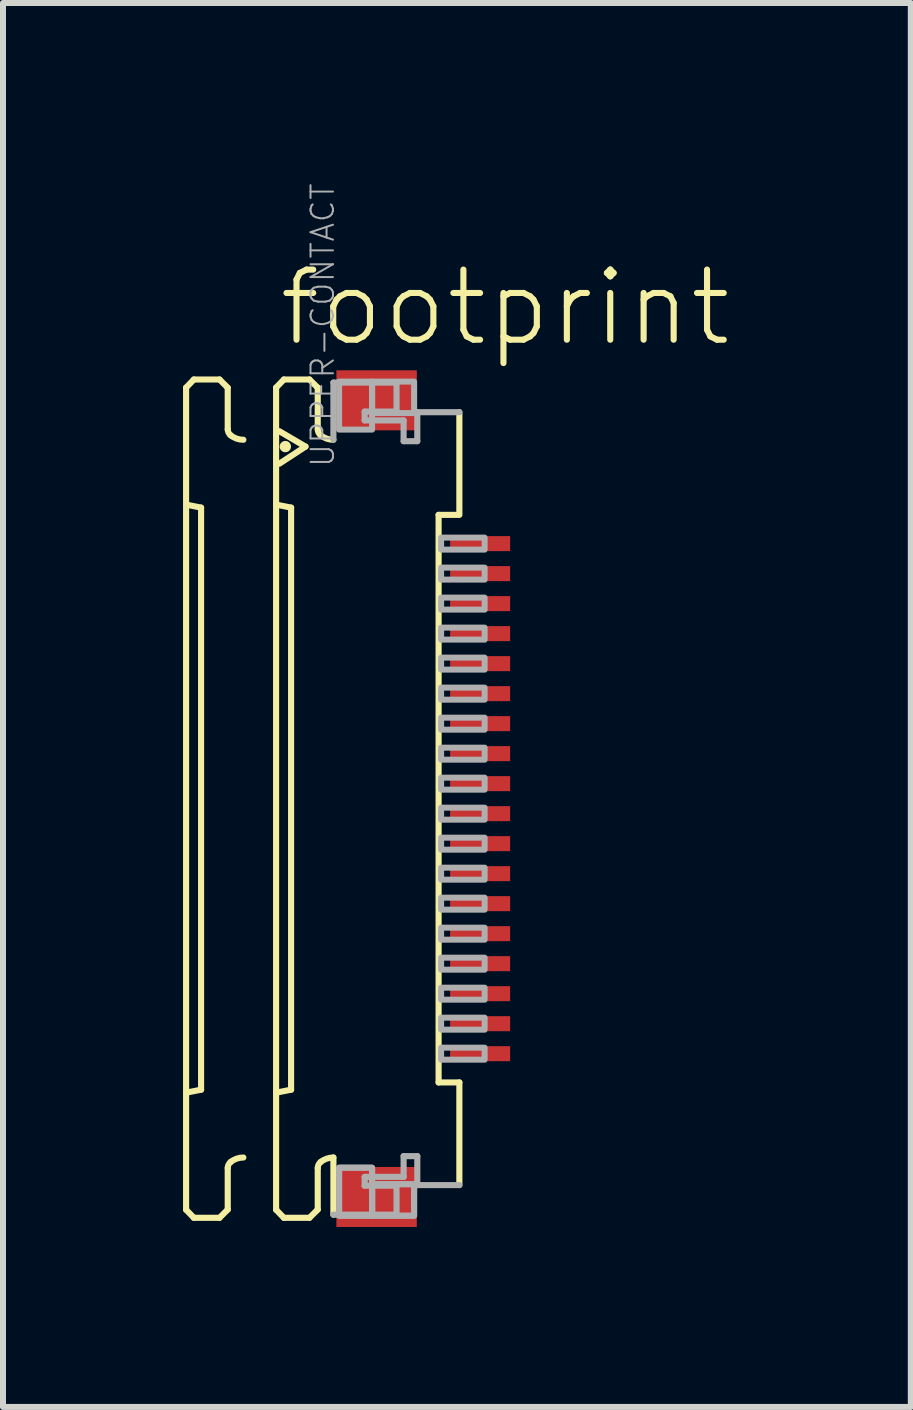
<source format=kicad_pcb>
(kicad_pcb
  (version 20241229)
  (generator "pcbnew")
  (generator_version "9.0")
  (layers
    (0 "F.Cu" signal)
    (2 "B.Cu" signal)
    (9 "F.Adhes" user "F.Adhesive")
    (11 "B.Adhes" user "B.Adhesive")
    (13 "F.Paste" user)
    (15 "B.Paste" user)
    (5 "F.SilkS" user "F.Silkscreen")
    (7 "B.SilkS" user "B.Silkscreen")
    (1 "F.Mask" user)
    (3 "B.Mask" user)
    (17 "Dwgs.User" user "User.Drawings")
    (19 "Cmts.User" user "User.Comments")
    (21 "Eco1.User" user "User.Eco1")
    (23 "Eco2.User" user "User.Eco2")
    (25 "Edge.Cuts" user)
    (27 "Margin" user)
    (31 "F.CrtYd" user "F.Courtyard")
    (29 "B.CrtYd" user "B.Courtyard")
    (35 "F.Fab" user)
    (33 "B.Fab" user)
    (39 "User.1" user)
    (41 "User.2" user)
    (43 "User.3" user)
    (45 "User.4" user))
  (footprint "footprint"
    (layer "F.Cu")
    (at 3.046 10.259)
    (property "Reference" "footprint" (at -1.5 -7.5 0) (layer "F.SilkS") (effects (font (size 1.168 1.168) (thickness 0.102)) (justify left bottom)))
    (fp_poly (pts (xy 1.355 -4.075) (xy 2.455 -4.075) (xy 2.455 -4.425) (xy 1.355 -4.425)) (stroke (width 0) (type solid)) (fill yes) (layer "F.Mask"))
    (fp_poly (pts (xy 1.355 -3.575) (xy 2.455 -3.575) (xy 2.455 -3.925) (xy 1.355 -3.925)) (stroke (width 0) (type solid)) (fill yes) (layer "F.Mask"))
    (fp_poly (pts (xy 1.355 -3.075) (xy 2.455 -3.075) (xy 2.455 -3.425) (xy 1.355 -3.425)) (stroke (width 0) (type solid)) (fill yes) (layer "F.Mask"))
    (fp_poly (pts (xy 1.355 -2.575) (xy 2.455 -2.575) (xy 2.455 -2.925) (xy 1.355 -2.925)) (stroke (width 0) (type solid)) (fill yes) (layer "F.Mask"))
    (fp_poly (pts (xy 1.355 -2.075) (xy 2.455 -2.075) (xy 2.455 -2.425) (xy 1.355 -2.425)) (stroke (width 0) (type solid)) (fill yes) (layer "F.Mask"))
    (fp_poly (pts (xy 1.355 -1.575) (xy 2.455 -1.575) (xy 2.455 -1.925) (xy 1.355 -1.925)) (stroke (width 0) (type solid)) (fill yes) (layer "F.Mask"))
    (fp_poly (pts (xy 1.355 -1.075) (xy 2.455 -1.075) (xy 2.455 -1.425) (xy 1.355 -1.425)) (stroke (width 0) (type solid)) (fill yes) (layer "F.Mask"))
    (fp_poly (pts (xy 1.355 -0.575) (xy 2.455 -0.575) (xy 2.455 -0.925) (xy 1.355 -0.925)) (stroke (width 0) (type solid)) (fill yes) (layer "F.Mask"))
    (fp_poly (pts (xy 1.355 -0.075) (xy 2.455 -0.075) (xy 2.455 -0.425) (xy 1.355 -0.425)) (stroke (width 0) (type solid)) (fill yes) (layer "F.Mask"))
    (fp_poly (pts (xy 1.355 0.425) (xy 2.455 0.425) (xy 2.455 0.075) (xy 1.355 0.075)) (stroke (width 0) (type solid)) (fill yes) (layer "F.Mask"))
    (fp_poly (pts (xy 1.355 0.925) (xy 2.455 0.925) (xy 2.455 0.575) (xy 1.355 0.575)) (stroke (width 0) (type solid)) (fill yes) (layer "F.Mask"))
    (fp_poly (pts (xy 1.355 1.425) (xy 2.455 1.425) (xy 2.455 1.075) (xy 1.355 1.075)) (stroke (width 0) (type solid)) (fill yes) (layer "F.Mask"))
    (fp_poly (pts (xy 1.355 1.925) (xy 2.455 1.925) (xy 2.455 1.575) (xy 1.355 1.575)) (stroke (width 0) (type solid)) (fill yes) (layer "F.Mask"))
    (fp_poly (pts (xy 1.355 2.425) (xy 2.455 2.425) (xy 2.455 2.075) (xy 1.355 2.075)) (stroke (width 0) (type solid)) (fill yes) (layer "F.Mask"))
    (fp_poly (pts (xy 1.355 2.925) (xy 2.455 2.925) (xy 2.455 2.575) (xy 1.355 2.575)) (stroke (width 0) (type solid)) (fill yes) (layer "F.Mask"))
    (fp_poly (pts (xy 1.355 3.425) (xy 2.455 3.425) (xy 2.455 3.075) (xy 1.355 3.075)) (stroke (width 0) (type solid)) (fill yes) (layer "F.Mask"))
    (fp_poly (pts (xy 1.355 3.925) (xy 2.455 3.925) (xy 2.455 3.575) (xy 1.355 3.575)) (stroke (width 0) (type solid)) (fill yes) (layer "F.Mask"))
    (fp_poly (pts (xy 1.355 4.425) (xy 2.455 4.425) (xy 2.455 4.075) (xy 1.355 4.075)) (stroke (width 0) (type solid)) (fill yes) (layer "F.Mask"))
    (fp_line (start -2.995 -6.85) (end -2.865 -6.985) (stroke (width 0.102) (type solid)) (layer "F.SilkS"))
    (fp_line (start -2.995 -4.9) (end -2.745 -4.85) (stroke (width 0.102) (type solid)) (layer "F.SilkS"))
    (fp_line (start -2.995 6.85) (end -2.995 -6.85) (stroke (width 0.102) (type solid)) (layer "F.SilkS"))
    (fp_line (start -2.995 6.85) (end -2.865 6.985) (stroke (width 0.102) (type solid)) (layer "F.SilkS"))
    (fp_line (start -2.865 -6.985) (end -2.438 -6.985) (stroke (width 0.102) (type solid)) (layer "F.SilkS"))
    (fp_line (start -2.865 6.985) (end -2.438 6.985) (stroke (width 0.102) (type solid)) (layer "F.SilkS"))
    (fp_line (start -2.745 4.85) (end -2.995 4.9) (stroke (width 0.102) (type solid)) (layer "F.SilkS"))
    (fp_line (start -2.745 4.85) (end -2.745 -4.85) (stroke (width 0.102) (type solid)) (layer "F.SilkS"))
    (fp_line (start -2.438 -6.985) (end -2.301 -6.848) (stroke (width 0.102) (type solid)) (layer "F.SilkS"))
    (fp_line (start -2.438 6.985) (end -2.301 6.848) (stroke (width 0.102) (type solid)) (layer "F.SilkS"))
    (fp_line (start -2.301 -6.848) (end -2.301 -6.156) (stroke (width 0.102) (type solid)) (layer "F.SilkS"))
    (fp_line (start -2.301 6.848) (end -2.301 6.156) (stroke (width 0.102) (type solid)) (layer "F.SilkS"))
    (fp_line (start -1.495 -6.85) (end -1.365 -6.985) (stroke (width 0.102) (type solid)) (layer "F.SilkS"))
    (fp_line (start -1.495 -4.9) (end -1.245 -4.85) (stroke (width 0.102) (type solid)) (layer "F.SilkS"))
    (fp_line (start -1.495 6.85) (end -1.495 -6.85) (stroke (width 0.102) (type solid)) (layer "F.SilkS"))
    (fp_line (start -1.495 6.85) (end -1.365 6.985) (stroke (width 0.102) (type solid)) (layer "F.SilkS"))
    (fp_line (start -1.441 -6.123) (end -1.005 -5.867) (stroke (width 0.102) (type solid)) (layer "F.SilkS"))
    (fp_line (start -1.365 -6.985) (end -0.939 -6.985) (stroke (width 0.102) (type solid)) (layer "F.SilkS"))
    (fp_line (start -1.365 6.985) (end -0.939 6.985) (stroke (width 0.102) (type solid)) (layer "F.SilkS"))
    (fp_line (start -1.245 4.85) (end -1.495 4.9) (stroke (width 0.102) (type solid)) (layer "F.SilkS"))
    (fp_line (start -1.245 4.85) (end -1.245 -4.85) (stroke (width 0.102) (type solid)) (layer "F.SilkS"))
    (fp_line (start -1.005 -5.867) (end -1.441 -5.582) (stroke (width 0.102) (type solid)) (layer "F.SilkS"))
    (fp_line (start -0.939 -6.985) (end -0.801 -6.848) (stroke (width 0.102) (type solid)) (layer "F.SilkS"))
    (fp_line (start -0.939 6.985) (end -0.801 6.848) (stroke (width 0.102) (type solid)) (layer "F.SilkS"))
    (fp_line (start -0.801 -6.848) (end -0.801 -6.156) (stroke (width 0.102) (type solid)) (layer "F.SilkS"))
    (fp_line (start -0.801 6.848) (end -0.801 6.156) (stroke (width 0.102) (type solid)) (layer "F.SilkS"))
    (fp_line (start -0.54 5.98) (end -0.54 6.933) (stroke (width 0.102) (type solid)) (layer "F.SilkS"))
    (fp_line (start 1.213 4.729) (end 1.213 -4.729) (stroke (width 0.102) (type solid)) (layer "F.SilkS"))
    (fp_line (start 1.538 -4.729) (end 1.213 -4.729) (stroke (width 0.102) (type solid)) (layer "F.SilkS"))
    (fp_line (start 1.559 -6.44) (end 1.559 -4.729) (stroke (width 0.102) (type solid)) (layer "F.SilkS"))
    (fp_line (start 1.559 4.729) (end 1.213 4.729) (stroke (width 0.102) (type solid)) (layer "F.SilkS"))
    (fp_line (start 1.559 6.44) (end 1.559 4.729) (stroke (width 0.102) (type solid)) (layer "F.SilkS"))
    (fp_arc (start -2.301 6.1557) (mid -2.288538 6.100596) (end -2.2536 6.056199) (stroke (width 0.1016) (type solid)) (layer "F.SilkS"))
    (fp_arc (start -2.2536 -6.056199) (mid -2.288538 -6.100596) (end -2.301 -6.1557) (stroke (width 0.1016) (type solid)) (layer "F.SilkS"))
    (fp_arc (start -2.2536 6.0562) (mid -2.153476 5.999935) (end -2.0403 5.980399) (stroke (width 0.1016) (type solid)) (layer "F.SilkS"))
    (fp_arc (start -2.0403 -5.980399) (mid -2.153476 -5.999935) (end -2.2536 -6.0562) (stroke (width 0.1016) (type solid)) (layer "F.SilkS"))
    (fp_arc (start -0.801 6.1557) (mid -0.788538 6.100596) (end -0.7536 6.056199) (stroke (width 0.1016) (type solid)) (layer "F.SilkS"))
    (fp_arc (start -0.7536 -6.056199) (mid -0.788538 -6.100596) (end -0.801 -6.1557) (stroke (width 0.1016) (type solid)) (layer "F.SilkS"))
    (fp_arc (start -0.7536 6.0562) (mid -0.653476 5.999935) (end -0.5403 5.980399) (stroke (width 0.1016) (type solid)) (layer "F.SilkS"))
    (fp_arc (start -0.5403 -5.980399) (mid -0.653476 -5.999935) (end -0.7536 -6.0562) (stroke (width 0.1016) (type solid)) (layer "F.SilkS"))
    (fp_circle (center -1.341 -5.867) (end -1.294 -5.867) (stroke (width 0.095) (type solid)) (fill yes) (layer "F.SilkS"))
    (fp_line (start -0.54 -6.933) (end 0.512 -6.933) (stroke (width 0.102) (type solid)) (layer "F.Fab"))
    (fp_line (start -0.54 -5.98) (end -0.54 -6.933) (stroke (width 0.102) (type solid)) (layer "F.Fab"))
    (fp_line (start -0.54 6.933) (end 0.512 6.933) (stroke (width 0.102) (type solid)) (layer "F.Fab"))
    (fp_line (start -0.019 -6.45) (end -0.019 -6.303) (stroke (width 0.102) (type solid)) (layer "F.Fab"))
    (fp_line (start -0.019 -6.303) (end 0.63 -6.303) (stroke (width 0.102) (type solid)) (layer "F.Fab"))
    (fp_line (start -0.019 6.303) (end 0.63 6.303) (stroke (width 0.102) (type solid)) (layer "F.Fab"))
    (fp_line (start -0.019 6.45) (end -0.019 6.303) (stroke (width 0.102) (type solid)) (layer "F.Fab"))
    (fp_line (start 0.512 -6.933) (end 0.512 -6.45) (stroke (width 0.102) (type solid)) (layer "F.Fab"))
    (fp_line (start 0.512 -6.45) (end -0.019 -6.45) (stroke (width 0.102) (type solid)) (layer "F.Fab"))
    (fp_line (start 0.512 6.45) (end -0.019 6.45) (stroke (width 0.102) (type solid)) (layer "F.Fab"))
    (fp_line (start 0.512 6.933) (end 0.512 6.45) (stroke (width 0.102) (type solid)) (layer "F.Fab"))
    (fp_line (start 0.63 -6.303) (end 0.63 -5.957) (stroke (width 0.102) (type solid)) (layer "F.Fab"))
    (fp_line (start 0.63 -5.957) (end 0.858 -5.957) (stroke (width 0.102) (type solid)) (layer "F.Fab"))
    (fp_line (start 0.63 5.957) (end 0.858 5.957) (stroke (width 0.102) (type solid)) (layer "F.Fab"))
    (fp_line (start 0.63 6.303) (end 0.63 5.957) (stroke (width 0.102) (type solid)) (layer "F.Fab"))
    (fp_line (start 0.858 -6.44) (end 1.559 -6.44) (stroke (width 0.102) (type solid)) (layer "F.Fab"))
    (fp_line (start 0.858 -5.957) (end 0.858 -6.44) (stroke (width 0.102) (type solid)) (layer "F.Fab"))
    (fp_line (start 0.858 5.957) (end 0.858 6.44) (stroke (width 0.102) (type solid)) (layer "F.Fab"))
    (fp_line (start 0.858 6.44) (end 1.559 6.44) (stroke (width 0.102) (type solid)) (layer "F.Fab"))
    (fp_poly (pts (xy -0.445 -6.15) (xy 0.105 -6.15) (xy 0.105 -6.95) (xy -0.445 -6.95)) (stroke (width 0.1) (type solid)) (fill no) (layer "F.Fab"))
    (fp_poly (pts (xy -0.445 6.95) (xy 0.105 6.95) (xy 0.105 6.15) (xy -0.445 6.15)) (stroke (width 0.1) (type solid)) (fill no) (layer "F.Fab"))
    (fp_poly (pts (xy -0.445 6.95) (xy 0.105 6.95) (xy 0.105 6.15) (xy -0.445 6.15)) (stroke (width 0.1) (type solid)) (fill no) (layer "F.Fab"))
    (fp_poly (pts (xy 0.105 -6.425) (xy 0.805 -6.425) (xy 0.805 -6.95) (xy 0.105 -6.95)) (stroke (width 0.1) (type solid)) (fill no) (layer "F.Fab"))
    (fp_poly (pts (xy 0.105 6.95) (xy 0.805 6.95) (xy 0.805 6.425) (xy 0.105 6.425)) (stroke (width 0.1) (type solid)) (fill no) (layer "F.Fab"))
    (fp_poly (pts (xy 0.105 6.95) (xy 0.805 6.95) (xy 0.805 6.425) (xy 0.105 6.425)) (stroke (width 0.1) (type solid)) (fill no) (layer "F.Fab"))
    (fp_poly (pts (xy 1.255 -4.15) (xy 1.98 -4.15) (xy 1.98 -4.35) (xy 1.255 -4.35)) (stroke (width 0.1) (type solid)) (fill no) (layer "F.Fab"))
    (fp_poly (pts (xy 1.255 -3.65) (xy 1.98 -3.65) (xy 1.98 -3.85) (xy 1.255 -3.85)) (stroke (width 0.1) (type solid)) (fill no) (layer "F.Fab"))
    (fp_poly (pts (xy 1.255 -3.15) (xy 1.98 -3.15) (xy 1.98 -3.35) (xy 1.255 -3.35)) (stroke (width 0.1) (type solid)) (fill no) (layer "F.Fab"))
    (fp_poly (pts (xy 1.255 -2.65) (xy 1.98 -2.65) (xy 1.98 -2.85) (xy 1.255 -2.85)) (stroke (width 0.1) (type solid)) (fill no) (layer "F.Fab"))
    (fp_poly (pts (xy 1.255 -2.15) (xy 1.98 -2.15) (xy 1.98 -2.35) (xy 1.255 -2.35)) (stroke (width 0.1) (type solid)) (fill no) (layer "F.Fab"))
    (fp_poly (pts (xy 1.255 -1.65) (xy 1.98 -1.65) (xy 1.98 -1.85) (xy 1.255 -1.85)) (stroke (width 0.1) (type solid)) (fill no) (layer "F.Fab"))
    (fp_poly (pts (xy 1.255 -1.15) (xy 1.98 -1.15) (xy 1.98 -1.35) (xy 1.255 -1.35)) (stroke (width 0.1) (type solid)) (fill no) (layer "F.Fab"))
    (fp_poly (pts (xy 1.255 -0.65) (xy 1.98 -0.65) (xy 1.98 -0.85) (xy 1.255 -0.85)) (stroke (width 0.1) (type solid)) (fill no) (layer "F.Fab"))
    (fp_poly (pts (xy 1.255 -0.15) (xy 1.98 -0.15) (xy 1.98 -0.35) (xy 1.255 -0.35)) (stroke (width 0.1) (type solid)) (fill no) (layer "F.Fab"))
    (fp_poly (pts (xy 1.255 0.35) (xy 1.98 0.35) (xy 1.98 0.15) (xy 1.255 0.15)) (stroke (width 0.1) (type solid)) (fill no) (layer "F.Fab"))
    (fp_poly (pts (xy 1.255 0.85) (xy 1.98 0.85) (xy 1.98 0.65) (xy 1.255 0.65)) (stroke (width 0.1) (type solid)) (fill no) (layer "F.Fab"))
    (fp_poly (pts (xy 1.255 1.35) (xy 1.98 1.35) (xy 1.98 1.15) (xy 1.255 1.15)) (stroke (width 0.1) (type solid)) (fill no) (layer "F.Fab"))
    (fp_poly (pts (xy 1.255 1.85) (xy 1.98 1.85) (xy 1.98 1.65) (xy 1.255 1.65)) (stroke (width 0.1) (type solid)) (fill no) (layer "F.Fab"))
    (fp_poly (pts (xy 1.255 2.35) (xy 1.98 2.35) (xy 1.98 2.15) (xy 1.255 2.15)) (stroke (width 0.1) (type solid)) (fill no) (layer "F.Fab"))
    (fp_poly (pts (xy 1.255 2.85) (xy 1.98 2.85) (xy 1.98 2.65) (xy 1.255 2.65)) (stroke (width 0.1) (type solid)) (fill no) (layer "F.Fab"))
    (fp_poly (pts (xy 1.255 3.35) (xy 1.98 3.35) (xy 1.98 3.15) (xy 1.255 3.15)) (stroke (width 0.1) (type solid)) (fill no) (layer "F.Fab"))
    (fp_poly (pts (xy 1.255 3.85) (xy 1.98 3.85) (xy 1.98 3.65) (xy 1.255 3.65)) (stroke (width 0.1) (type solid)) (fill no) (layer "F.Fab"))
    (fp_poly (pts (xy 1.255 4.35) (xy 1.98 4.35) (xy 1.98 4.15) (xy 1.255 4.15)) (stroke (width 0.1) (type solid)) (fill no) (layer "F.Fab"))
    (fp_text user "UPPER-CONTACT" (at -0.5 -5.5 270) (layer "F.Fab") (effects (font (size 0.374 0.374) (thickness 0.033)) (justify left bottom)))
    (pad "1" smd rect (at 1.905 -4.25) (size 1 0.25) (layers "F.Cu" "F.Paste"))
    (pad "2" smd rect (at 1.905 -3.75) (size 1 0.25) (layers "F.Cu" "F.Paste"))
    (pad "3" smd rect (at 1.905 -3.25) (size 1 0.25) (layers "F.Cu" "F.Paste"))
    (pad "4" smd rect (at 1.905 -2.75) (size 1 0.25) (layers "F.Cu" "F.Paste"))
    (pad "5" smd rect (at 1.905 -2.25) (size 1 0.25) (layers "F.Cu" "F.Paste"))
    (pad "6" smd rect (at 1.905 -1.75) (size 1 0.25) (layers "F.Cu" "F.Paste"))
    (pad "7" smd rect (at 1.905 -1.25) (size 1 0.25) (layers "F.Cu" "F.Paste"))
    (pad "8" smd rect (at 1.905 -0.75) (size 1 0.25) (layers "F.Cu" "F.Paste"))
    (pad "9" smd rect (at 1.905 -0.25) (size 1 0.25) (layers "F.Cu" "F.Paste"))
    (pad "10" smd rect (at 1.905 0.25) (size 1 0.25) (layers "F.Cu" "F.Paste"))
    (pad "11" smd rect (at 1.905 0.75) (size 1 0.25) (layers "F.Cu" "F.Paste"))
    (pad "12" smd rect (at 1.905 1.25) (size 1 0.25) (layers "F.Cu" "F.Paste"))
    (pad "13" smd rect (at 1.905 1.75) (size 1 0.25) (layers "F.Cu" "F.Paste"))
    (pad "14" smd rect (at 1.905 2.25) (size 1 0.25) (layers "F.Cu" "F.Paste"))
    (pad "15" smd rect (at 1.905 2.75) (size 1 0.25) (layers "F.Cu" "F.Paste"))
    (pad "16" smd rect (at 1.905 3.25) (size 1 0.25) (layers "F.Cu" "F.Paste"))
    (pad "17" smd rect (at 1.905 3.75) (size 1 0.25) (layers "F.Cu" "F.Paste"))
    (pad "18" smd rect (at 1.905 4.25) (size 1 0.25) (layers "F.Cu" "F.Paste"))
    (pad "M1" smd rect (at 0.18 -6.638) (size 1.34 1) (layers "F.Cu" "F.Mask" "F.Paste"))
    (pad "M2" smd rect (at 0.18 6.638) (size 1.34 1) (layers "F.Cu" "F.Mask" "F.Paste")))
  (gr_rect
    (start -3 -3)
    (end 12.128 20.396)
    (stroke (width 0.1) (type default))
    (fill no)
    (layer "Edge.Cuts")))
</source>
